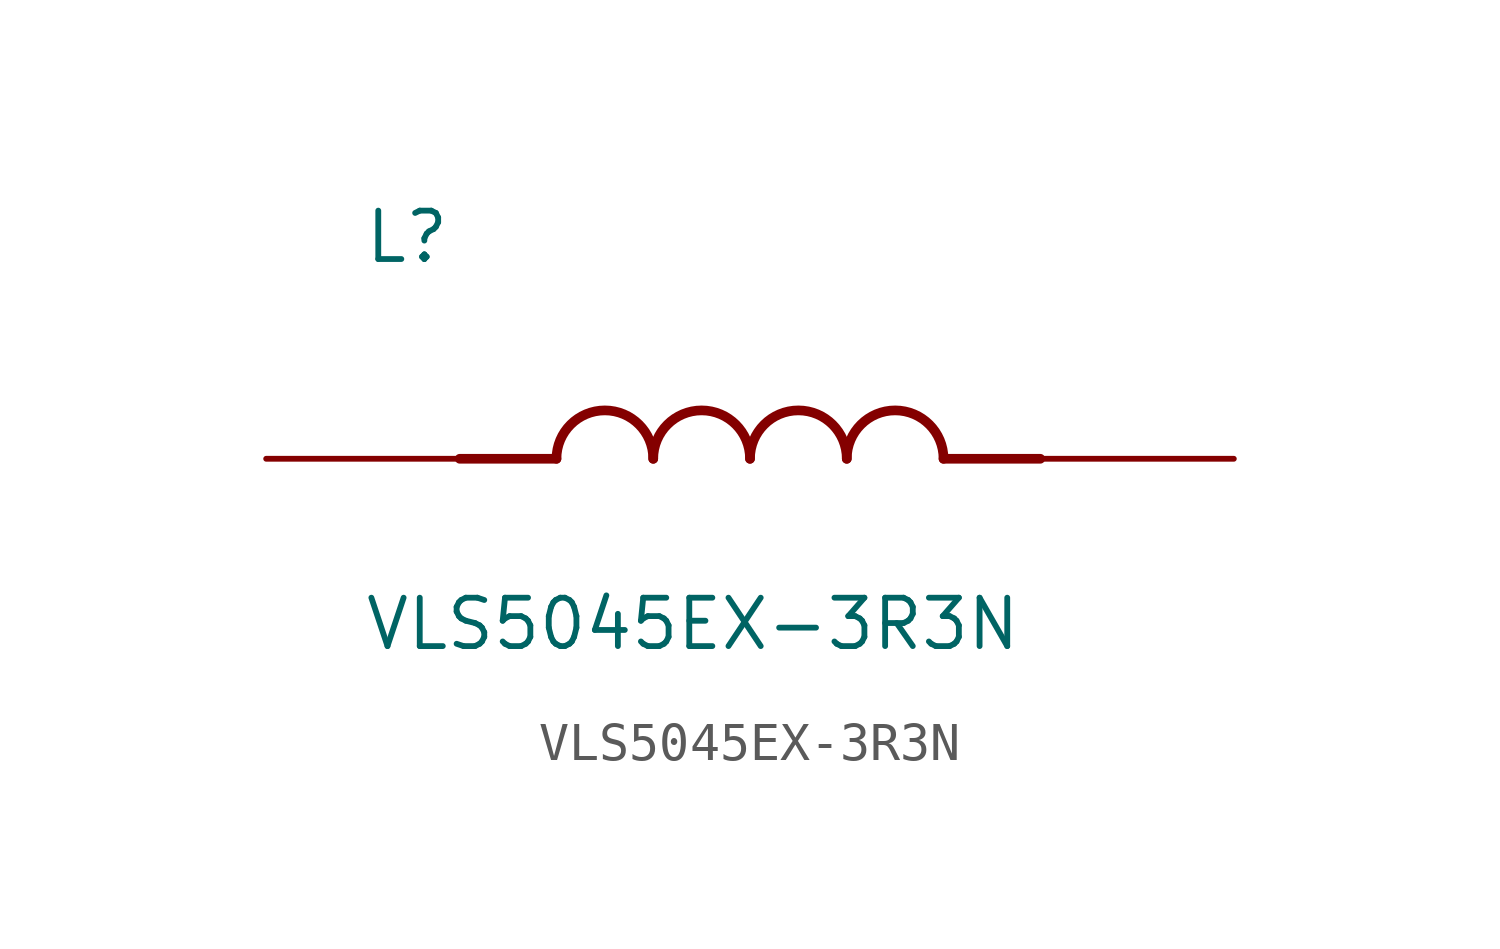
<source format=kicad_sym>
(kicad_symbol_lib
  (version 20211014)
  (generator kicad_symbol_editor)
  (symbol "VLS5045EX-3R3N"
    (pin_numbers hide)
    (pin_names
      (offset 1.016) hide)
    (property "Reference" "L"
      (at -10.16 5.08 0)
      (effects (font (size 1.27 1.27)) (justify left bottom)))
    (property "Value" "VLS5045EX-3R3N"
      (at -10.16 -5.08 0)
      (effects (font (size 1.27 1.27)) (justify left bottom)))
    (property "ki_locked" ""
      (at 0 0 0)
      (effects (font (size 1.27 1.27))))
    (symbol "VLS5045EX-3R3N_0_0"
      (arc (start -2.54 0) (mid -3.81 1.27) (end -5.08 0) (stroke (width 0.254) (type default) (color 0 0 0 0)) (fill (type none)))
      (arc (start 0 0) (mid -1.27 1.27) (end -2.54 0) (stroke (width 0.254) (type default) (color 0 0 0 0)) (fill (type none)))
      (polyline (pts (xy -5.08 0) (xy -7.62 0)) (stroke (width 0.254) (type default) (color 0 0 0 0)) (fill (type none)))
      (polyline (pts (xy 5.08 0) (xy 7.62 0)) (stroke (width 0.254) (type default) (color 0 0 0 0)) (fill (type none)))
      (arc (start 2.54 0) (mid 1.27 1.27) (end 0 0) (stroke (width 0.254) (type default) (color 0 0 0 0)) (fill (type none)))
      (arc (start 5.08 0) (mid 3.81 1.27) (end 2.54 0) (stroke (width 0.254) (type default) (color 0 0 0 0)) (fill (type none)))
      (pin passive line (at -12.7 0 0) (length 5.08) (name "~" (effects (font (size 1.016 1.016)))) (number "1" (effects (font (size 1.016 1.016)))))
      (pin passive line (at 12.7 0 180) (length 5.08) (name "~" (effects (font (size 1.016 1.016)))) (number "2" (effects (font (size 1.016 1.016))))))))
</source>
